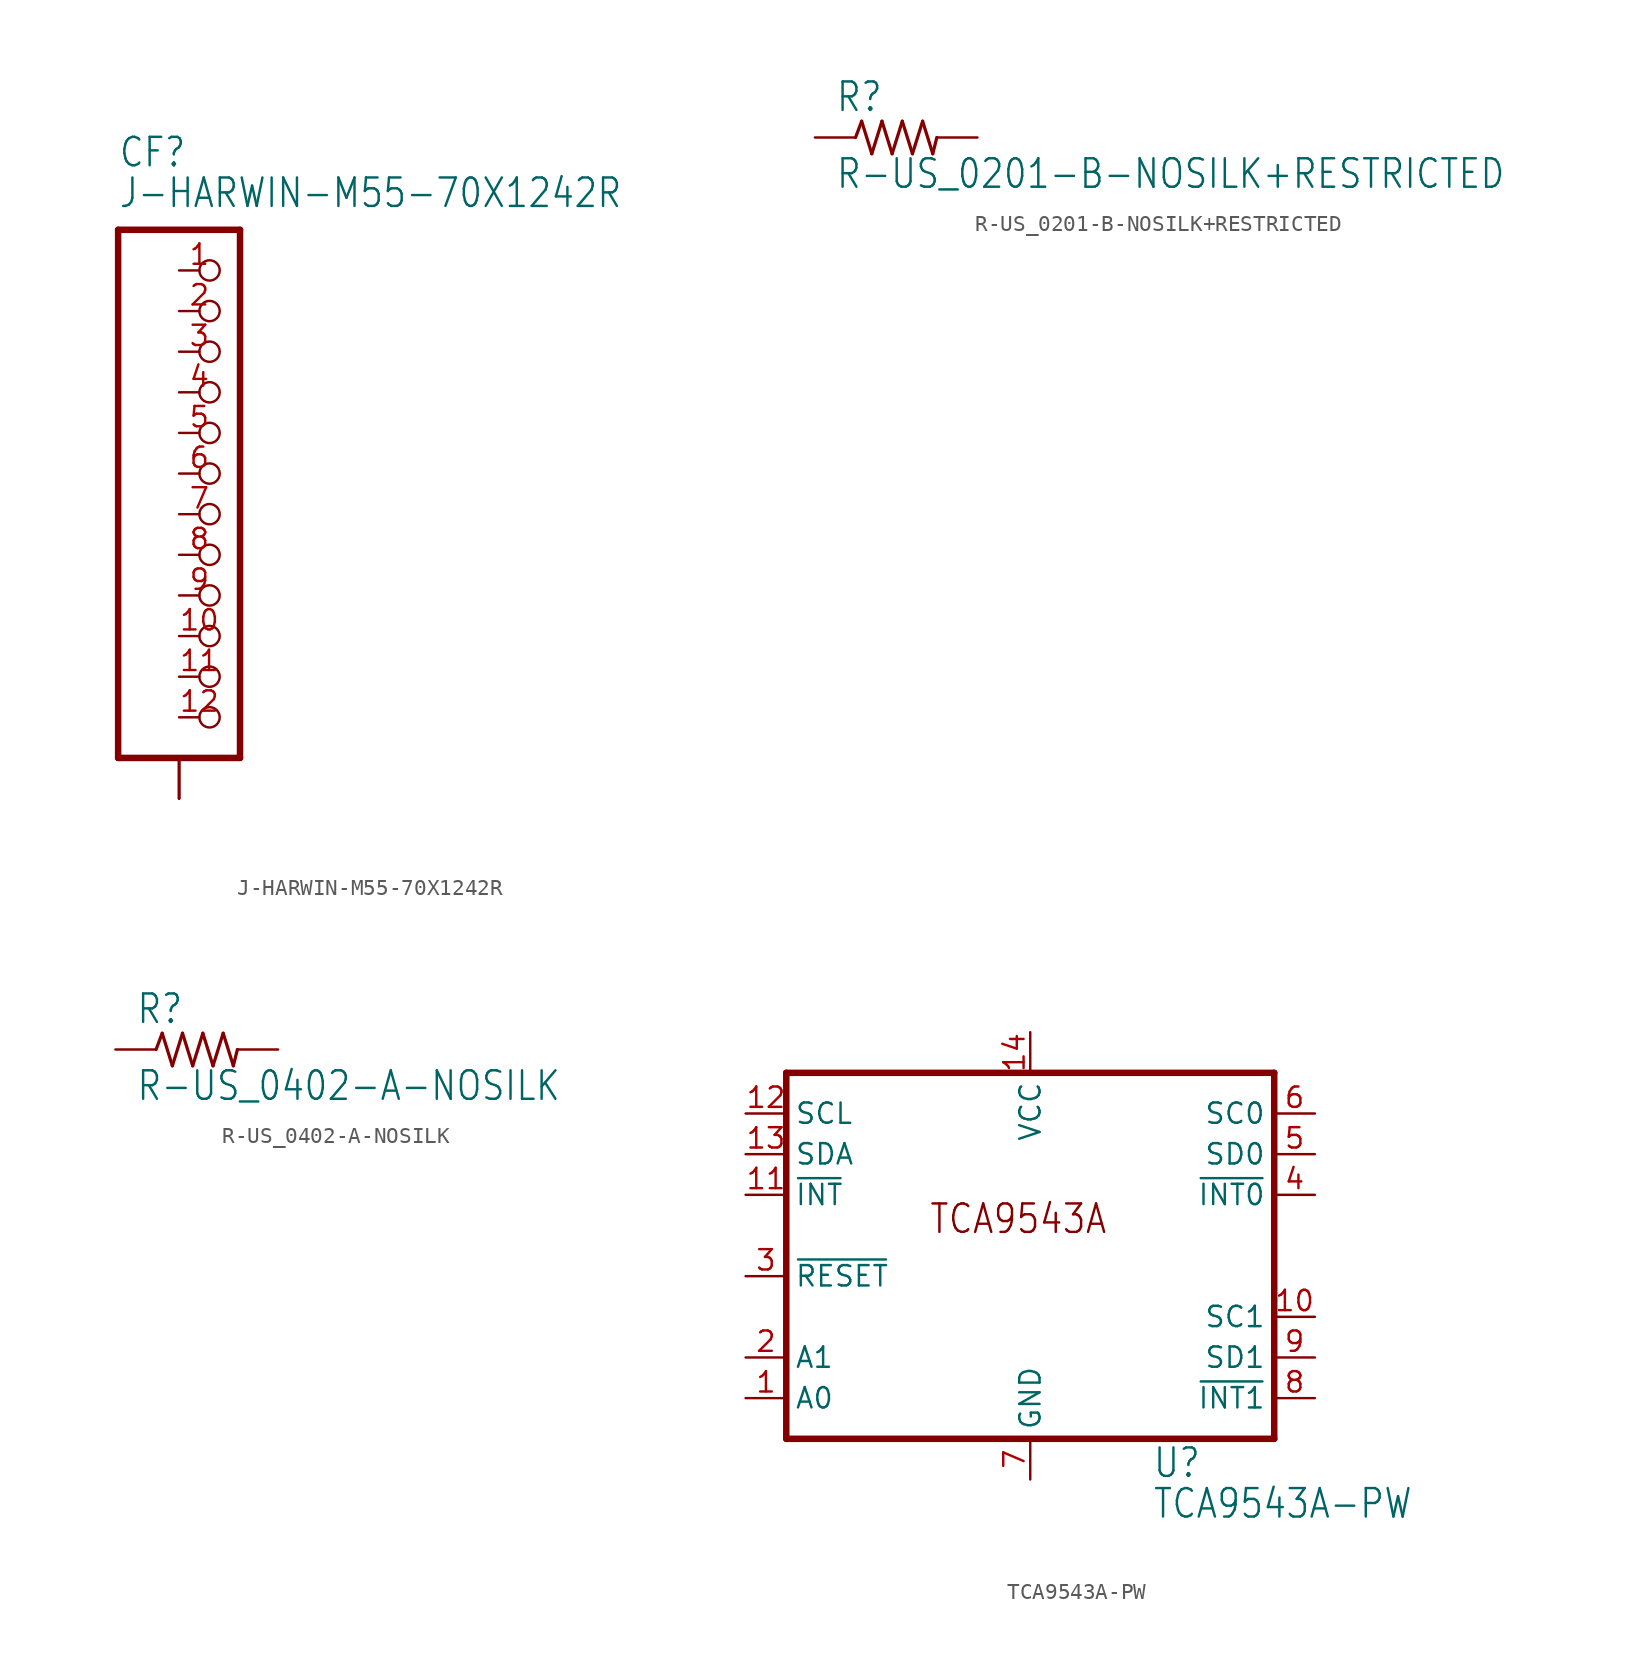
<source format=kicad_sym>
(kicad_symbol_lib
  (version 20211014)
  (generator kicad_symbol_editor)
  (symbol "J-HARWIN-M55-70X1242R"
    (property "Reference" "CF"
      (at -6.35 19.05 0)
      (effects (font (size 1.778 1.511)) (justify left bottom)))
    (property "Value" "J-HARWIN-M55-70X1242R"
      (at -6.35 16.51 0)
      (effects (font (size 1.778 1.511)) (justify left bottom)))
    (property "ki_locked" ""
      (at 0 0 0)
      (effects (font (size 1.27 1.27))))
    (symbol "J-HARWIN-M55-70X1242R_1_0"
      (polyline (pts (xy -6.35 -17.78) (xy 1.27 -17.78)) (stroke (width 0.406) (type default) (color 0 0 0 0)) (fill (type none)))
      (polyline (pts (xy -6.35 15.24) (xy -6.35 -17.78)) (stroke (width 0.406) (type default) (color 0 0 0 0)) (fill (type none)))
      (polyline (pts (xy 1.27 -17.78) (xy 1.27 15.24)) (stroke (width 0.406) (type default) (color 0 0 0 0)) (fill (type none)))
      (polyline (pts (xy 1.27 15.24) (xy -6.35 15.24)) (stroke (width 0.406) (type default) (color 0 0 0 0)) (fill (type none)))
      (pin passive inverted (at -2.54 12.7 0) (length 2.54) (name "1" (effects (font (size 0 0)))) (number "1" (effects (font (size 1.27 1.27)))))
      (pin passive inverted (at -2.54 -10.16 0) (length 2.54) (name "10" (effects (font (size 0 0)))) (number "10" (effects (font (size 1.27 1.27)))))
      (pin passive inverted (at -2.54 -12.7 0) (length 2.54) (name "11" (effects (font (size 0 0)))) (number "11" (effects (font (size 1.27 1.27)))))
      (pin passive inverted (at -2.54 -15.24 0) (length 2.54) (name "12" (effects (font (size 0 0)))) (number "12" (effects (font (size 1.27 1.27)))))
      (pin passive inverted (at -2.54 10.16 0) (length 2.54) (name "2" (effects (font (size 0 0)))) (number "2" (effects (font (size 1.27 1.27)))))
      (pin passive inverted (at -2.54 7.62 0) (length 2.54) (name "3" (effects (font (size 0 0)))) (number "3" (effects (font (size 1.27 1.27)))))
      (pin passive inverted (at -2.54 5.08 0) (length 2.54) (name "4" (effects (font (size 0 0)))) (number "4" (effects (font (size 1.27 1.27)))))
      (pin passive inverted (at -2.54 2.54 0) (length 2.54) (name "5" (effects (font (size 0 0)))) (number "5" (effects (font (size 1.27 1.27)))))
      (pin passive inverted (at -2.54 0 0) (length 2.54) (name "6" (effects (font (size 0 0)))) (number "6" (effects (font (size 1.27 1.27)))))
      (pin passive inverted (at -2.54 -2.54 0) (length 2.54) (name "7" (effects (font (size 0 0)))) (number "7" (effects (font (size 1.27 1.27)))))
      (pin passive inverted (at -2.54 -5.08 0) (length 2.54) (name "8" (effects (font (size 0 0)))) (number "8" (effects (font (size 1.27 1.27)))))
      (pin passive inverted (at -2.54 -7.62 0) (length 2.54) (name "9" (effects (font (size 0 0)))) (number "9" (effects (font (size 1.27 1.27)))))
      (pin passive line (at -2.54 -20.32 90) (length 2.54) (name "SHIELDS" (effects (font (size 0 0)))) (number "P$1" (effects (font (size 0 0)))))
      (pin passive line (at -2.54 -20.32 90) (length 2.54) (name "SHIELDS" (effects (font (size 0 0)))) (number "P$2" (effects (font (size 0 0)))))
      (pin passive line (at -2.54 -20.32 90) (length 2.54) (name "SHIELDS" (effects (font (size 0 0)))) (number "P$3" (effects (font (size 0 0)))))
      (pin passive line (at -2.54 -20.32 90) (length 2.54) (name "SHIELDS" (effects (font (size 0 0)))) (number "P$4" (effects (font (size 0 0)))))))
  (symbol "R-US_0201-B-NOSILK+RESTRICTED"
    (property "Reference" "R"
      (at -3.81 1.499 0)
      (effects (font (size 1.778 1.511)) (justify left bottom)))
    (property "Value" "R-US_0201-B-NOSILK+RESTRICTED"
      (at -3.81 -3.302 0)
      (effects (font (size 1.778 1.511)) (justify left bottom)))
    (property "ki_locked" ""
      (at 0 0 0)
      (effects (font (size 1.27 1.27))))
    (symbol "R-US_0201-B-NOSILK+RESTRICTED_1_0"
      (polyline (pts (xy -2.54 0) (xy -2.159 1.016)) (stroke (width 0.203) (type default) (color 0 0 0 0)) (fill (type none)))
      (polyline (pts (xy -2.159 1.016) (xy -1.524 -1.016)) (stroke (width 0.203) (type default) (color 0 0 0 0)) (fill (type none)))
      (polyline (pts (xy -1.524 -1.016) (xy -0.889 1.016)) (stroke (width 0.203) (type default) (color 0 0 0 0)) (fill (type none)))
      (polyline (pts (xy -0.889 1.016) (xy -0.254 -1.016)) (stroke (width 0.203) (type default) (color 0 0 0 0)) (fill (type none)))
      (polyline (pts (xy -0.254 -1.016) (xy 0.381 1.016)) (stroke (width 0.203) (type default) (color 0 0 0 0)) (fill (type none)))
      (polyline (pts (xy 0.381 1.016) (xy 1.016 -1.016)) (stroke (width 0.203) (type default) (color 0 0 0 0)) (fill (type none)))
      (polyline (pts (xy 1.016 -1.016) (xy 1.651 1.016)) (stroke (width 0.203) (type default) (color 0 0 0 0)) (fill (type none)))
      (polyline (pts (xy 1.651 1.016) (xy 2.286 -1.016)) (stroke (width 0.203) (type default) (color 0 0 0 0)) (fill (type none)))
      (polyline (pts (xy 2.286 -1.016) (xy 2.54 0)) (stroke (width 0.203) (type default) (color 0 0 0 0)) (fill (type none)))
      (pin passive line (at -5.08 0 0) (length 2.54) (name "1" (effects (font (size 0 0)))) (number "1" (effects (font (size 0 0)))))
      (pin passive line (at 5.08 0 180) (length 2.54) (name "2" (effects (font (size 0 0)))) (number "2" (effects (font (size 0 0)))))))
  (symbol "R-US_0402-A-NOSILK"
    (property "Reference" "R"
      (at -3.81 1.499 0)
      (effects (font (size 1.778 1.511)) (justify left bottom)))
    (property "Value" "R-US_0402-A-NOSILK"
      (at -3.81 -3.302 0)
      (effects (font (size 1.778 1.511)) (justify left bottom)))
    (property "ki_locked" ""
      (at 0 0 0)
      (effects (font (size 1.27 1.27))))
    (symbol "R-US_0402-A-NOSILK_1_0"
      (polyline (pts (xy -2.54 0) (xy -2.159 1.016)) (stroke (width 0.203) (type default) (color 0 0 0 0)) (fill (type none)))
      (polyline (pts (xy -2.159 1.016) (xy -1.524 -1.016)) (stroke (width 0.203) (type default) (color 0 0 0 0)) (fill (type none)))
      (polyline (pts (xy -1.524 -1.016) (xy -0.889 1.016)) (stroke (width 0.203) (type default) (color 0 0 0 0)) (fill (type none)))
      (polyline (pts (xy -0.889 1.016) (xy -0.254 -1.016)) (stroke (width 0.203) (type default) (color 0 0 0 0)) (fill (type none)))
      (polyline (pts (xy -0.254 -1.016) (xy 0.381 1.016)) (stroke (width 0.203) (type default) (color 0 0 0 0)) (fill (type none)))
      (polyline (pts (xy 0.381 1.016) (xy 1.016 -1.016)) (stroke (width 0.203) (type default) (color 0 0 0 0)) (fill (type none)))
      (polyline (pts (xy 1.016 -1.016) (xy 1.651 1.016)) (stroke (width 0.203) (type default) (color 0 0 0 0)) (fill (type none)))
      (polyline (pts (xy 1.651 1.016) (xy 2.286 -1.016)) (stroke (width 0.203) (type default) (color 0 0 0 0)) (fill (type none)))
      (polyline (pts (xy 2.286 -1.016) (xy 2.54 0)) (stroke (width 0.203) (type default) (color 0 0 0 0)) (fill (type none)))
      (pin passive line (at -5.08 0 0) (length 2.54) (name "1" (effects (font (size 0 0)))) (number "1" (effects (font (size 0 0)))))
      (pin passive line (at 5.08 0 180) (length 2.54) (name "2" (effects (font (size 0 0)))) (number "2" (effects (font (size 0 0)))))))
  (symbol "TCA9543A-PW"
    (property "Reference" "U"
      (at 7.62 -15.24 0)
      (effects (font (size 1.778 1.511)) (justify left bottom)))
    (property "Value" "TCA9543A-PW"
      (at 7.62 -17.78 0)
      (effects (font (size 1.778 1.511)) (justify left bottom)))
    (property "ki_locked" ""
      (at 0 0 0)
      (effects (font (size 1.27 1.27))))
    (symbol "TCA9543A-PW_1_0"
      (polyline (pts (xy -15.24 -12.7) (xy -15.24 10.16)) (stroke (width 0.406) (type default) (color 0 0 0 0)) (fill (type none)))
      (polyline (pts (xy -15.24 10.16) (xy 15.24 10.16)) (stroke (width 0.406) (type default) (color 0 0 0 0)) (fill (type none)))
      (polyline (pts (xy 15.24 -12.7) (xy -15.24 -12.7)) (stroke (width 0.406) (type default) (color 0 0 0 0)) (fill (type none)))
      (polyline (pts (xy 15.24 10.16) (xy 15.24 -12.7)) (stroke (width 0.406) (type default) (color 0 0 0 0)) (fill (type none)))
      (text "TCA9543A" (at -6.35 0 0) (effects (font (size 1.778 1.511)) (justify left bottom)))
      (pin input line (at -17.78 -10.16 0) (length 2.54) (name "A0" (effects (font (size 1.27 1.27)))) (number "1" (effects (font (size 1.27 1.27)))))
      (pin output line (at 17.78 -5.08 180) (length 2.54) (name "SC1" (effects (font (size 1.27 1.27)))) (number "10" (effects (font (size 1.27 1.27)))))
      (pin open_collector line (at -17.78 2.54 0) (length 2.54) (name "~{INT}" (effects (font (size 1.27 1.27)))) (number "11" (effects (font (size 1.27 1.27)))))
      (pin input line (at -17.78 7.62 0) (length 2.54) (name "SCL" (effects (font (size 1.27 1.27)))) (number "12" (effects (font (size 1.27 1.27)))))
      (pin bidirectional line (at -17.78 5.08 0) (length 2.54) (name "SDA" (effects (font (size 1.27 1.27)))) (number "13" (effects (font (size 1.27 1.27)))))
      (pin power_in line (at 0 12.7 270) (length 2.54) (name "VCC" (effects (font (size 1.27 1.27)))) (number "14" (effects (font (size 1.27 1.27)))))
      (pin input line (at -17.78 -7.62 0) (length 2.54) (name "A1" (effects (font (size 1.27 1.27)))) (number "2" (effects (font (size 1.27 1.27)))))
      (pin input line (at -17.78 -2.54 0) (length 2.54) (name "~{RESET}" (effects (font (size 1.27 1.27)))) (number "3" (effects (font (size 1.27 1.27)))))
      (pin input line (at 17.78 2.54 180) (length 2.54) (name "~{INT0}" (effects (font (size 1.27 1.27)))) (number "4" (effects (font (size 1.27 1.27)))))
      (pin bidirectional line (at 17.78 5.08 180) (length 2.54) (name "SD0" (effects (font (size 1.27 1.27)))) (number "5" (effects (font (size 1.27 1.27)))))
      (pin output line (at 17.78 7.62 180) (length 2.54) (name "SC0" (effects (font (size 1.27 1.27)))) (number "6" (effects (font (size 1.27 1.27)))))
      (pin power_in line (at 0 -15.24 90) (length 2.54) (name "GND" (effects (font (size 1.27 1.27)))) (number "7" (effects (font (size 1.27 1.27)))))
      (pin input line (at 17.78 -10.16 180) (length 2.54) (name "~{INT1}" (effects (font (size 1.27 1.27)))) (number "8" (effects (font (size 1.27 1.27)))))
      (pin bidirectional line (at 17.78 -7.62 180) (length 2.54) (name "SD1" (effects (font (size 1.27 1.27)))) (number "9" (effects (font (size 1.27 1.27))))))))
</source>
